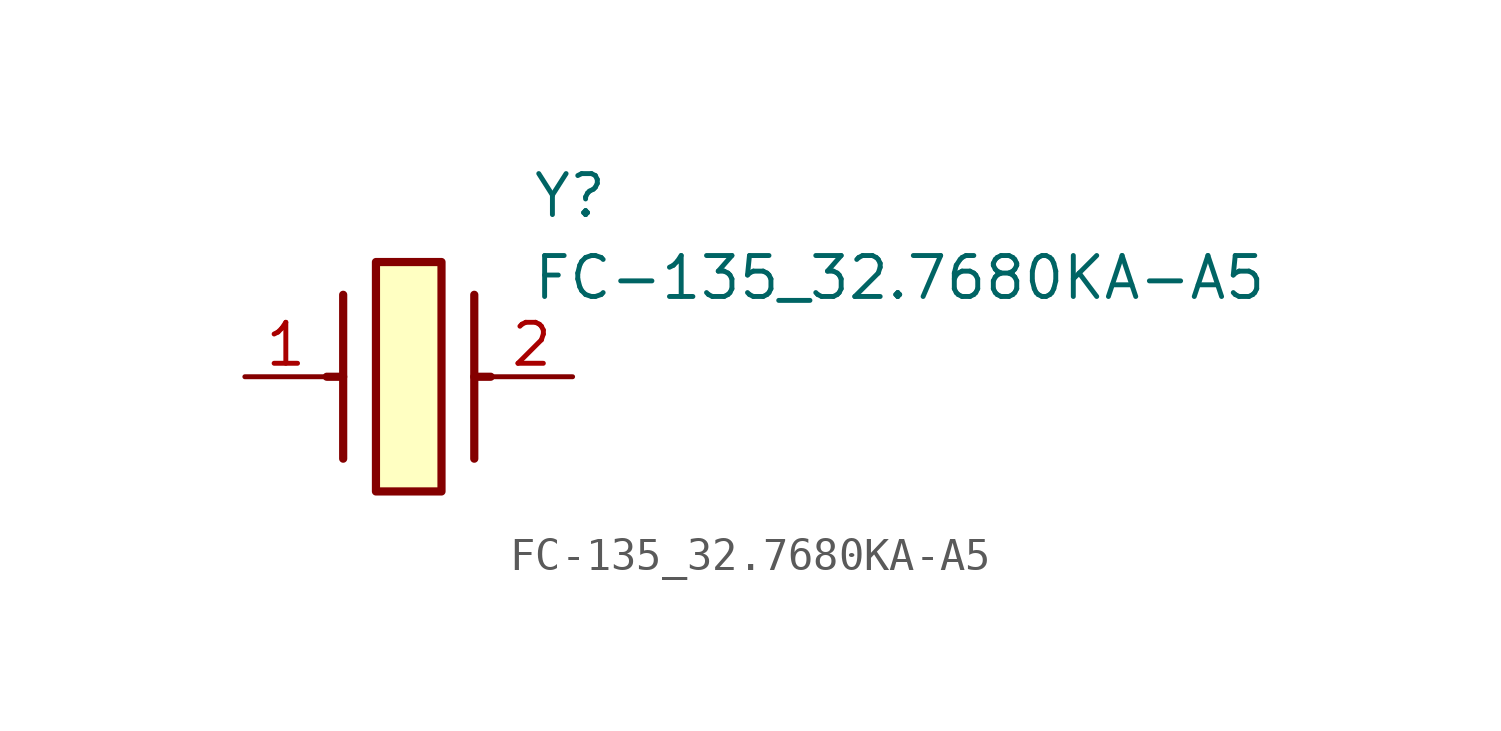
<source format=kicad_sym>
(kicad_symbol_lib
  (version 20211014)
  (generator SamacSys_ECAD_Model)
  (symbol "FC-135_32.7680KA-A5"
    (pin_names hide)
    (property "Reference" "Y"
      (at 8.89 6.35 0)
      (effects (font (size 1.27 1.27)) (justify left top)))
    (property "Value" "FC-135_32.7680KA-A5"
      (at 8.89 3.81 0)
      (effects (font (size 1.27 1.27)) (justify left top)))
    (rectangle
      (start 4.064 3.556)
      (end 6.096 -3.556)
      (stroke (width 0.254) (type default))
      (fill (type background)))
    (polyline
      (pts (xy 3.048 2.54) (xy 3.048 -2.54))
      (stroke (width 0.254) (type default))
      (fill (type none)))
    (polyline
      (pts (xy 7.112 2.54) (xy 7.112 -2.54))
      (stroke (width 0.254) (type default))
      (fill (type none)))
    (polyline
      (pts (xy 7.112 0) (xy 7.62 0))
      (stroke (width 0.254) (type default))
      (fill (type none)))
    (polyline
      (pts (xy 3.048 0) (xy 2.54 0))
      (stroke (width 0.254) (type default))
      (fill (type none)))
    (pin passive line
      (at 0 0 0)
      (length 2.54)
      (name "1" (effects (font (size 1.27 1.27))))
      (number "1" (effects (font (size 1.27 1.27)))))
    (pin passive line
      (at 10.16 0 180)
      (length 2.54)
      (name "2" (effects (font (size 1.27 1.27))))
      (number "2" (effects (font (size 1.27 1.27)))))))
</source>
